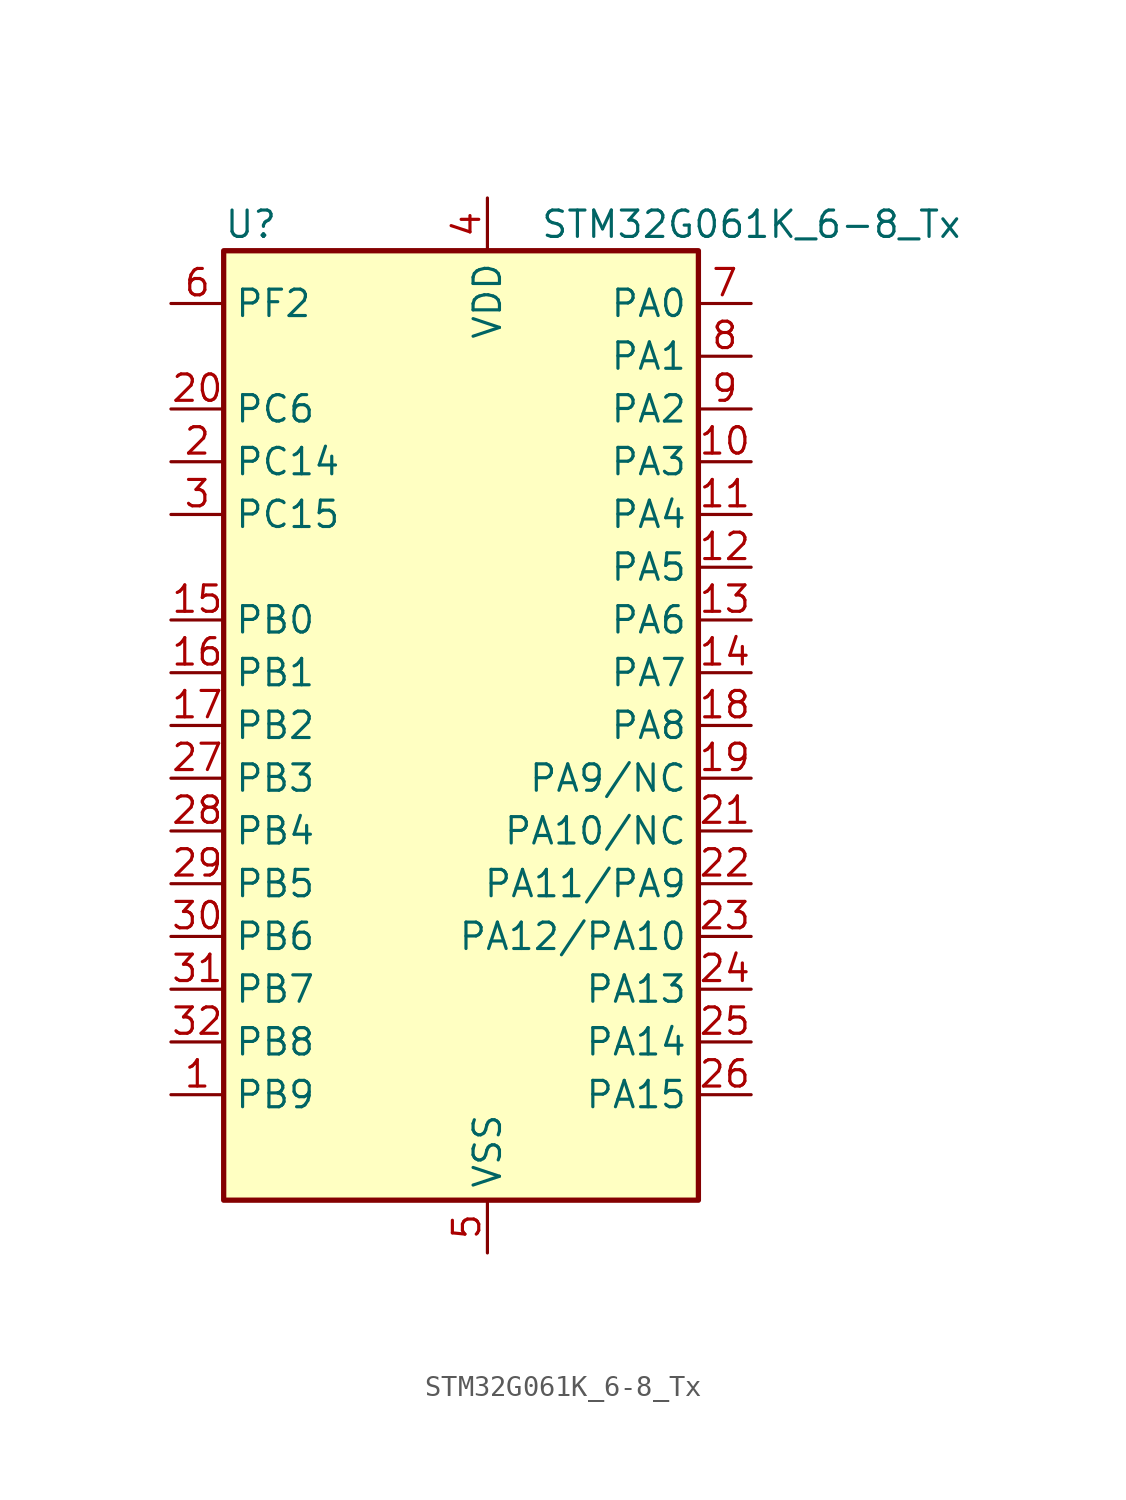
<source format=kicad_sym>
(kicad_symbol_lib
  (version 20231120)
  (generator "kicad_symbol_editor")
  (generator_version "8.0")
  (symbol "STM32G061K_6-8_Tx"
    (property "Reference" "U"
      (at -10.16 24.13 0)
      (effects (font (size 1.27 1.27)) (justify left)))
    (property "Value" "STM32G061K_6-8_Tx"
      (at 5.08 24.13 0)
      (effects (font (size 1.27 1.27)) (justify left)))
    (property "ki_locked" ""
      (at 0 0 0)
      (effects (font (size 1.27 1.27))))
    (symbol "STM32G061K_6-8_Tx_0_1"
      (rectangle (start -10.16 -22.86) (end 12.7 22.86) (stroke (width 0.254) (type default)) (fill (type background))))
    (symbol "STM32G061K_6-8_Tx_1_1"
      (pin bidirectional line (at -12.7 -17.78 0) (length 2.54) (name "PB9" (effects (font (size 1.27 1.27)))) (number "1" (effects (font (size 1.27 1.27)))) (alternate "DAC1_EXTI9" bidirectional line) (alternate "I2C1_SDA" bidirectional line) (alternate "IR_OUT" bidirectional line) (alternate "SPI2_NSS" bidirectional line) (alternate "TIM17_CH1" bidirectional line))
      (pin bidirectional line (at 15.24 12.7 180) (length 2.54) (name "PA3" (effects (font (size 1.27 1.27)))) (number "10" (effects (font (size 1.27 1.27)))) (alternate "ADC1_IN3" bidirectional line) (alternate "COMP2_INP" bidirectional line) (alternate "LPUART1_RX" bidirectional line) (alternate "SPI2_MISO" bidirectional line) (alternate "TIM15_CH2" bidirectional line) (alternate "TIM2_CH4" bidirectional line) (alternate "USART2_RX" bidirectional line))
      (pin bidirectional line (at 15.24 10.16 180) (length 2.54) (name "PA4" (effects (font (size 1.27 1.27)))) (number "11" (effects (font (size 1.27 1.27)))) (alternate "ADC1_IN4" bidirectional line) (alternate "DAC1_OUT1" bidirectional line) (alternate "I2S1_WS" bidirectional line) (alternate "LPTIM2_OUT" bidirectional line) (alternate "RTC_OUT1" bidirectional line) (alternate "RTC_TAMP_IN1" bidirectional line) (alternate "RTC_TS" bidirectional line) (alternate "SPI1_NSS" bidirectional line) (alternate "SPI2_MOSI" bidirectional line) (alternate "SYS_WKUP2" bidirectional line) (alternate "TIM14_CH1" bidirectional line))
      (pin bidirectional line (at 15.24 7.62 180) (length 2.54) (name "PA5" (effects (font (size 1.27 1.27)))) (number "12" (effects (font (size 1.27 1.27)))) (alternate "ADC1_IN5" bidirectional line) (alternate "DAC1_OUT2" bidirectional line) (alternate "I2S1_CK" bidirectional line) (alternate "LPTIM2_ETR" bidirectional line) (alternate "SPI1_SCK" bidirectional line) (alternate "TIM2_CH1" bidirectional line) (alternate "TIM2_ETR" bidirectional line))
      (pin bidirectional line (at 15.24 5.08 180) (length 2.54) (name "PA6" (effects (font (size 1.27 1.27)))) (number "13" (effects (font (size 1.27 1.27)))) (alternate "ADC1_IN6" bidirectional line) (alternate "COMP1_OUT" bidirectional line) (alternate "I2S1_MCK" bidirectional line) (alternate "LPUART1_CTS" bidirectional line) (alternate "SPI1_MISO" bidirectional line) (alternate "TIM16_CH1" bidirectional line) (alternate "TIM1_BK" bidirectional line) (alternate "TIM3_CH1" bidirectional line))
      (pin bidirectional line (at 15.24 2.54 180) (length 2.54) (name "PA7" (effects (font (size 1.27 1.27)))) (number "14" (effects (font (size 1.27 1.27)))) (alternate "ADC1_IN7" bidirectional line) (alternate "COMP2_OUT" bidirectional line) (alternate "I2S1_SD" bidirectional line) (alternate "SPI1_MOSI" bidirectional line) (alternate "TIM14_CH1" bidirectional line) (alternate "TIM17_CH1" bidirectional line) (alternate "TIM1_CH1N" bidirectional line) (alternate "TIM3_CH2" bidirectional line))
      (pin bidirectional line (at -12.7 5.08 0) (length 2.54) (name "PB0" (effects (font (size 1.27 1.27)))) (number "15" (effects (font (size 1.27 1.27)))) (alternate "ADC1_IN8" bidirectional line) (alternate "COMP1_OUT" bidirectional line) (alternate "I2S1_WS" bidirectional line) (alternate "LPTIM1_OUT" bidirectional line) (alternate "SPI1_NSS" bidirectional line) (alternate "TIM1_CH2N" bidirectional line) (alternate "TIM3_CH3" bidirectional line))
      (pin bidirectional line (at -12.7 2.54 0) (length 2.54) (name "PB1" (effects (font (size 1.27 1.27)))) (number "16" (effects (font (size 1.27 1.27)))) (alternate "ADC1_IN9" bidirectional line) (alternate "COMP1_INM" bidirectional line) (alternate "LPTIM2_IN1" bidirectional line) (alternate "LPUART1_DE" bidirectional line) (alternate "LPUART1_RTS" bidirectional line) (alternate "TIM14_CH1" bidirectional line) (alternate "TIM1_CH3N" bidirectional line) (alternate "TIM3_CH4" bidirectional line))
      (pin bidirectional line (at -12.7 0 0) (length 2.54) (name "PB2" (effects (font (size 1.27 1.27)))) (number "17" (effects (font (size 1.27 1.27)))) (alternate "ADC1_IN10" bidirectional line) (alternate "COMP1_INP" bidirectional line) (alternate "LPTIM1_OUT" bidirectional line) (alternate "SPI2_MISO" bidirectional line))
      (pin bidirectional line (at 15.24 0 180) (length 2.54) (name "PA8" (effects (font (size 1.27 1.27)))) (number "18" (effects (font (size 1.27 1.27)))) (alternate "LPTIM2_OUT" bidirectional line) (alternate "RCC_MCO" bidirectional line) (alternate "SPI2_NSS" bidirectional line) (alternate "TIM1_CH1" bidirectional line))
      (pin bidirectional line (at 15.24 -2.54 180) (length 2.54) (name "PA9/NC" (effects (font (size 1.27 1.27)))) (number "19" (effects (font (size 1.27 1.27)))) (alternate "DAC1_EXTI9" bidirectional line) (alternate "I2C1_SCL" bidirectional line) (alternate "RCC_MCO" bidirectional line) (alternate "SPI2_MISO" bidirectional line) (alternate "TIM15_BK" bidirectional line) (alternate "TIM1_CH2" bidirectional line) (alternate "USART1_TX" bidirectional line))
      (pin bidirectional line (at -12.7 12.7 0) (length 2.54) (name "PC14" (effects (font (size 1.27 1.27)))) (number "2" (effects (font (size 1.27 1.27)))) (alternate "RCC_OSC32_IN" bidirectional line) (alternate "RCC_OSC_IN" bidirectional line) (alternate "TIM1_BK2" bidirectional line))
      (pin bidirectional line (at -12.7 15.24 0) (length 2.54) (name "PC6" (effects (font (size 1.27 1.27)))) (number "20" (effects (font (size 1.27 1.27)))) (alternate "TIM2_CH3" bidirectional line) (alternate "TIM3_CH1" bidirectional line))
      (pin bidirectional line (at 15.24 -5.08 180) (length 2.54) (name "PA10/NC" (effects (font (size 1.27 1.27)))) (number "21" (effects (font (size 1.27 1.27)))) (alternate "I2C1_SDA" bidirectional line) (alternate "SPI2_MOSI" bidirectional line) (alternate "TIM17_BK" bidirectional line) (alternate "TIM1_CH3" bidirectional line) (alternate "USART1_RX" bidirectional line))
      (pin bidirectional line (at 15.24 -7.62 180) (length 2.54) (name "PA11/PA9" (effects (font (size 1.27 1.27)))) (number "22" (effects (font (size 1.27 1.27)))) (alternate "ADC1_EXTI11" bidirectional line) (alternate "ADC1_IN15" bidirectional line) (alternate "COMP1_OUT" bidirectional line) (alternate "I2C2_SCL" bidirectional line) (alternate "I2S1_MCK" bidirectional line) (alternate "SPI1_MISO" bidirectional line) (alternate "TIM1_BK2" bidirectional line) (alternate "TIM1_CH4" bidirectional line) (alternate "USART1_CTS" bidirectional line) (alternate "USART1_NSS" bidirectional line))
      (pin bidirectional line (at 15.24 -10.16 180) (length 2.54) (name "PA12/PA10" (effects (font (size 1.27 1.27)))) (number "23" (effects (font (size 1.27 1.27)))) (alternate "ADC1_IN16" bidirectional line) (alternate "COMP2_OUT" bidirectional line) (alternate "I2C2_SDA" bidirectional line) (alternate "I2S1_SD" bidirectional line) (alternate "I2S_CKIN" bidirectional line) (alternate "SPI1_MOSI" bidirectional line) (alternate "TIM1_ETR" bidirectional line) (alternate "USART1_CK" bidirectional line) (alternate "USART1_DE" bidirectional line) (alternate "USART1_RTS" bidirectional line))
      (pin bidirectional line (at 15.24 -12.7 180) (length 2.54) (name "PA13" (effects (font (size 1.27 1.27)))) (number "24" (effects (font (size 1.27 1.27)))) (alternate "ADC1_IN17" bidirectional line) (alternate "IR_OUT" bidirectional line) (alternate "SYS_SWDIO" bidirectional line))
      (pin bidirectional line (at 15.24 -15.24 180) (length 2.54) (name "PA14" (effects (font (size 1.27 1.27)))) (number "25" (effects (font (size 1.27 1.27)))) (alternate "ADC1_IN18" bidirectional line) (alternate "SYS_SWCLK" bidirectional line) (alternate "USART2_TX" bidirectional line))
      (pin bidirectional line (at 15.24 -17.78 180) (length 2.54) (name "PA15" (effects (font (size 1.27 1.27)))) (number "26" (effects (font (size 1.27 1.27)))) (alternate "I2S1_WS" bidirectional line) (alternate "SPI1_NSS" bidirectional line) (alternate "TIM2_CH1" bidirectional line) (alternate "TIM2_ETR" bidirectional line) (alternate "USART2_RX" bidirectional line))
      (pin bidirectional line (at -12.7 -2.54 0) (length 2.54) (name "PB3" (effects (font (size 1.27 1.27)))) (number "27" (effects (font (size 1.27 1.27)))) (alternate "COMP2_INM" bidirectional line) (alternate "I2S1_CK" bidirectional line) (alternate "SPI1_SCK" bidirectional line) (alternate "TIM1_CH2" bidirectional line) (alternate "TIM2_CH2" bidirectional line) (alternate "USART1_CK" bidirectional line) (alternate "USART1_DE" bidirectional line) (alternate "USART1_RTS" bidirectional line))
      (pin bidirectional line (at -12.7 -5.08 0) (length 2.54) (name "PB4" (effects (font (size 1.27 1.27)))) (number "28" (effects (font (size 1.27 1.27)))) (alternate "COMP2_INP" bidirectional line) (alternate "I2S1_MCK" bidirectional line) (alternate "SPI1_MISO" bidirectional line) (alternate "TIM17_BK" bidirectional line) (alternate "TIM3_CH1" bidirectional line) (alternate "USART1_CTS" bidirectional line) (alternate "USART1_NSS" bidirectional line))
      (pin bidirectional line (at -12.7 -7.62 0) (length 2.54) (name "PB5" (effects (font (size 1.27 1.27)))) (number "29" (effects (font (size 1.27 1.27)))) (alternate "COMP2_OUT" bidirectional line) (alternate "I2C1_SMBA" bidirectional line) (alternate "I2S1_SD" bidirectional line) (alternate "LPTIM1_IN1" bidirectional line) (alternate "SPI1_MOSI" bidirectional line) (alternate "SYS_WKUP6" bidirectional line) (alternate "TIM16_BK" bidirectional line) (alternate "TIM3_CH2" bidirectional line))
      (pin bidirectional line (at -12.7 10.16 0) (length 2.54) (name "PC15" (effects (font (size 1.27 1.27)))) (number "3" (effects (font (size 1.27 1.27)))) (alternate "RCC_OSC32_EN" bidirectional line) (alternate "RCC_OSC32_OUT" bidirectional line) (alternate "RCC_OSC_EN" bidirectional line) (alternate "TIM15_BK" bidirectional line))
      (pin bidirectional line (at -12.7 -10.16 0) (length 2.54) (name "PB6" (effects (font (size 1.27 1.27)))) (number "30" (effects (font (size 1.27 1.27)))) (alternate "COMP2_INP" bidirectional line) (alternate "I2C1_SCL" bidirectional line) (alternate "LPTIM1_ETR" bidirectional line) (alternate "SPI2_MISO" bidirectional line) (alternate "TIM16_CH1N" bidirectional line) (alternate "TIM1_CH3" bidirectional line) (alternate "USART1_TX" bidirectional line))
      (pin bidirectional line (at -12.7 -12.7 0) (length 2.54) (name "PB7" (effects (font (size 1.27 1.27)))) (number "31" (effects (font (size 1.27 1.27)))) (alternate "ADC1_IN11" bidirectional line) (alternate "COMP2_INM" bidirectional line) (alternate "I2C1_SDA" bidirectional line) (alternate "LPTIM1_IN2" bidirectional line) (alternate "SPI2_MOSI" bidirectional line) (alternate "SYS_PVD_IN" bidirectional line) (alternate "TIM17_CH1N" bidirectional line) (alternate "USART1_RX" bidirectional line))
      (pin bidirectional line (at -12.7 -15.24 0) (length 2.54) (name "PB8" (effects (font (size 1.27 1.27)))) (number "32" (effects (font (size 1.27 1.27)))) (alternate "I2C1_SCL" bidirectional line) (alternate "SPI2_SCK" bidirectional line) (alternate "TIM15_BK" bidirectional line) (alternate "TIM16_CH1" bidirectional line))
      (pin power_in line (at 2.54 25.4 270) (length 2.54) (name "VDD" (effects (font (size 1.27 1.27)))) (number "4" (effects (font (size 1.27 1.27)))))
      (pin power_in line (at 2.54 -25.4 90) (length 2.54) (name "VSS" (effects (font (size 1.27 1.27)))) (number "5" (effects (font (size 1.27 1.27)))))
      (pin bidirectional line (at -12.7 20.32 0) (length 2.54) (name "PF2" (effects (font (size 1.27 1.27)))) (number "6" (effects (font (size 1.27 1.27)))) (alternate "RCC_MCO" bidirectional line))
      (pin bidirectional line (at 15.24 20.32 180) (length 2.54) (name "PA0" (effects (font (size 1.27 1.27)))) (number "7" (effects (font (size 1.27 1.27)))) (alternate "ADC1_IN0" bidirectional line) (alternate "COMP1_INM" bidirectional line) (alternate "COMP1_OUT" bidirectional line) (alternate "LPTIM1_OUT" bidirectional line) (alternate "RTC_TAMP_IN2" bidirectional line) (alternate "SPI2_SCK" bidirectional line) (alternate "SYS_WKUP1" bidirectional line) (alternate "TIM2_CH1" bidirectional line) (alternate "TIM2_ETR" bidirectional line) (alternate "USART2_CTS" bidirectional line) (alternate "USART2_NSS" bidirectional line))
      (pin bidirectional line (at 15.24 17.78 180) (length 2.54) (name "PA1" (effects (font (size 1.27 1.27)))) (number "8" (effects (font (size 1.27 1.27)))) (alternate "ADC1_IN1" bidirectional line) (alternate "COMP1_INP" bidirectional line) (alternate "I2C1_SMBA" bidirectional line) (alternate "I2S1_CK" bidirectional line) (alternate "SPI1_SCK" bidirectional line) (alternate "TIM15_CH1N" bidirectional line) (alternate "TIM2_CH2" bidirectional line) (alternate "USART2_CK" bidirectional line) (alternate "USART2_DE" bidirectional line) (alternate "USART2_RTS" bidirectional line))
      (pin bidirectional line (at 15.24 15.24 180) (length 2.54) (name "PA2" (effects (font (size 1.27 1.27)))) (number "9" (effects (font (size 1.27 1.27)))) (alternate "ADC1_IN2" bidirectional line) (alternate "COMP2_INM" bidirectional line) (alternate "COMP2_OUT" bidirectional line) (alternate "I2S1_SD" bidirectional line) (alternate "LPUART1_TX" bidirectional line) (alternate "RCC_LSCO" bidirectional line) (alternate "SPI1_MOSI" bidirectional line) (alternate "SYS_WKUP4" bidirectional line) (alternate "TIM15_CH1" bidirectional line) (alternate "TIM2_CH3" bidirectional line) (alternate "USART2_TX" bidirectional line)))))
</source>
